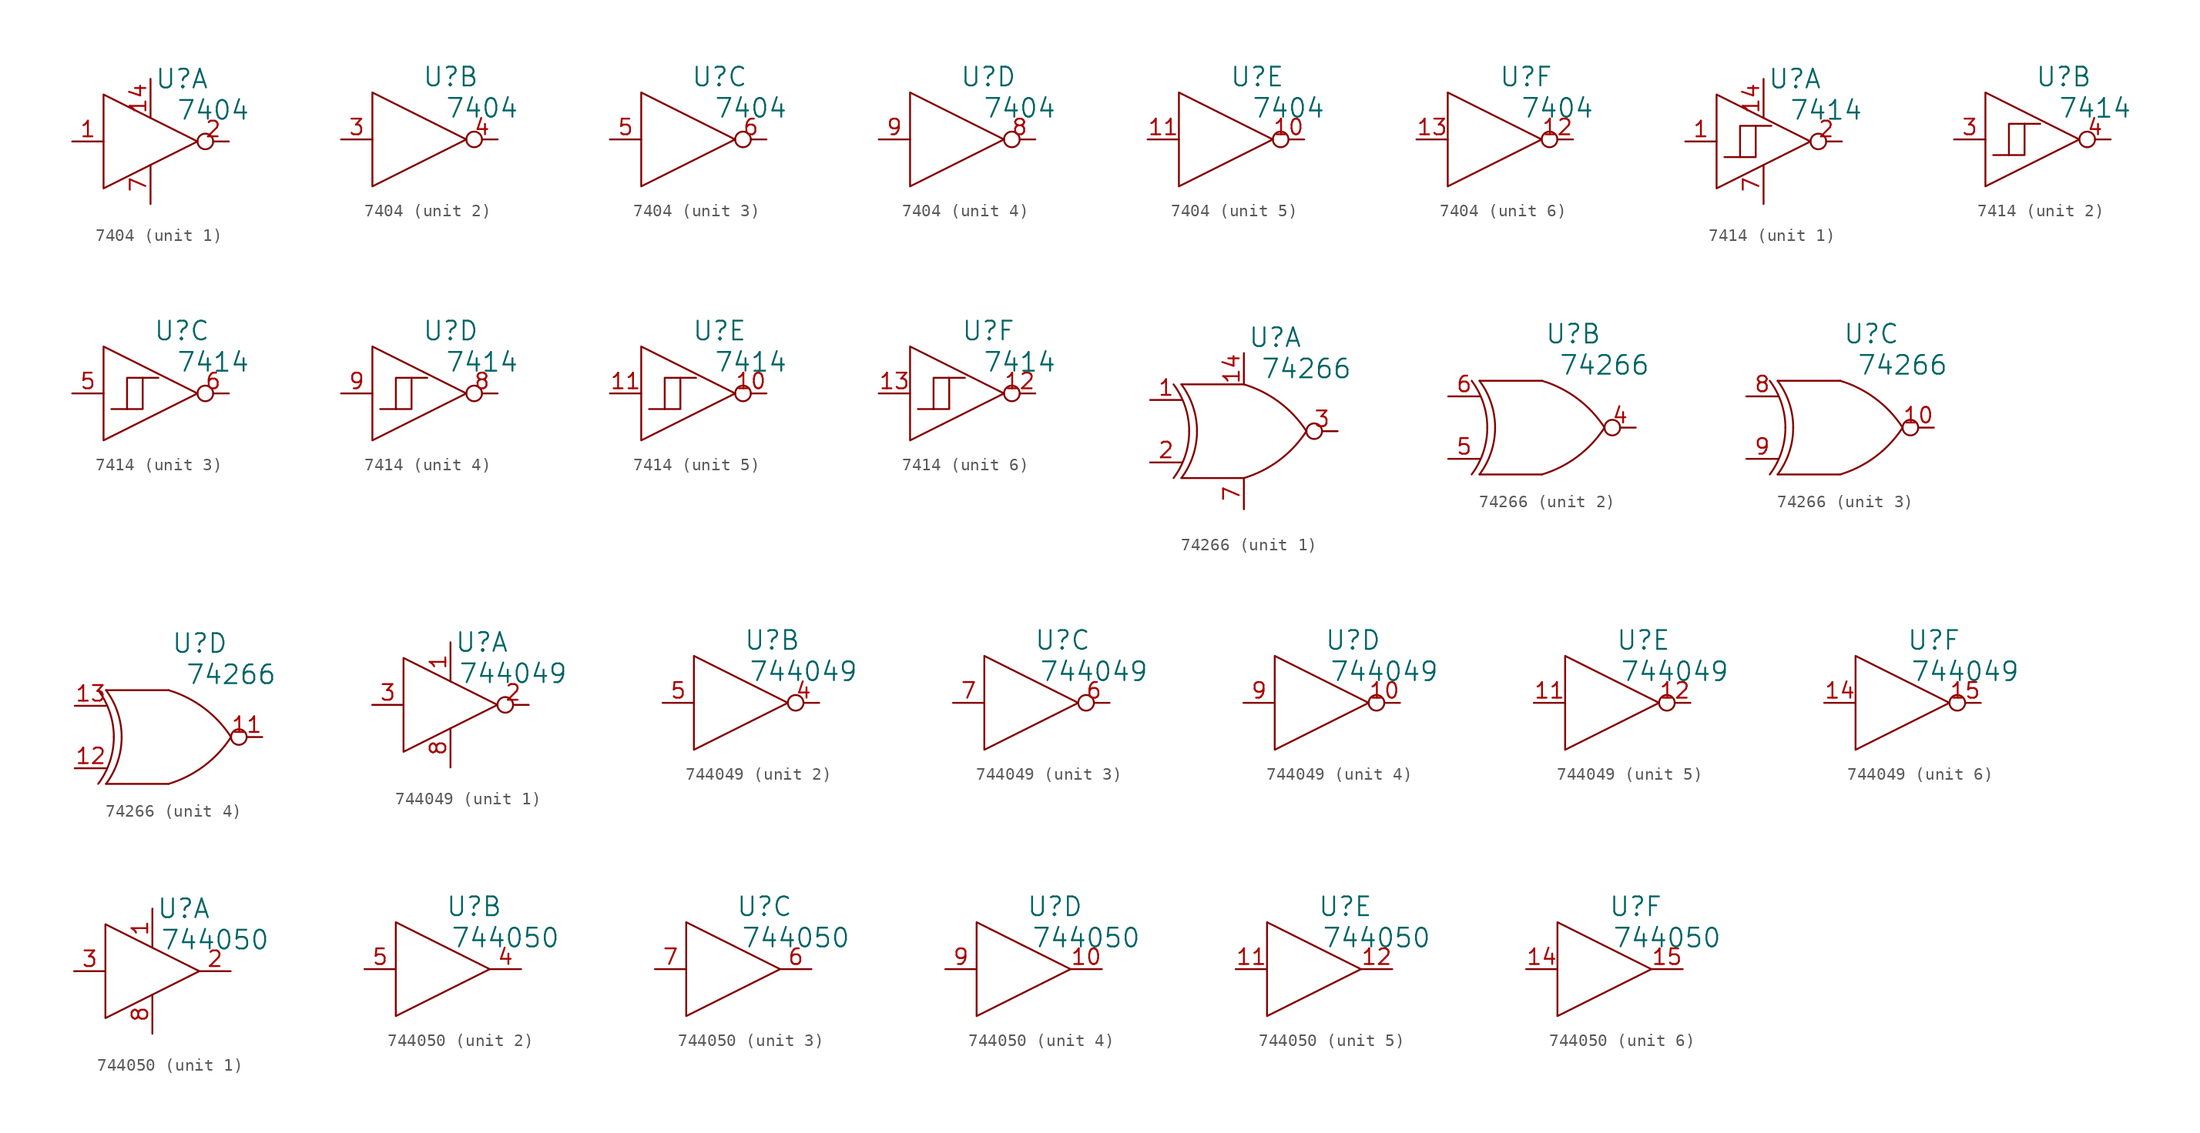
<source format=kicad_sym>
(kicad_symbol_lib
  (version 20220914)
  (generator kicad_symbol_editor)
  (symbol "7404"
    (pin_names
      (offset 1.016) hide)
    (property "Reference" "U"
      (at 2.54 5.08 0)
      (effects (font (size 1.524 1.524))))
    (property "Value" "7404"
      (at 5.08 2.54 0)
      (effects (font (size 1.524 1.524))))
    (property "Footprint" ""
      (at 0 0 0)
      (effects (font (size 1.524 1.524))))
    (property "Datasheet" ""
      (at 0 0 0)
      (effects (font (size 1.524 1.524))))
    (symbol "7404_0_1"
      (polyline (pts (xy -3.81 3.81) (xy -3.81 -3.81) (xy 3.81 0) (xy -3.81 3.81) (xy -3.81 3.81)) (stroke (width 0) (type solid)) (fill (type none))))
    (symbol "7404_1_1"
      (pin passive line (at -6.35 0 0) (length 2.54) (name "1A" (effects (font (size 1.27 1.27)))) (number "1" (effects (font (size 1.27 1.27)))))
      (pin passive line (at 0 5.08 270) (length 3.175) (name "VDD" (effects (font (size 1.27 1.27)))) (number "14" (effects (font (size 1.27 1.27)))))
      (pin passive inverted (at 6.35 0 180) (length 2.54) (name "1Y" (effects (font (size 1.27 1.27)))) (number "2" (effects (font (size 1.27 1.27)))))
      (pin passive line (at 0 -5.08 90) (length 3.175) (name "VSS" (effects (font (size 1.27 1.27)))) (number "7" (effects (font (size 1.27 1.27))))))
    (symbol "7404_2_1"
      (pin passive line (at -6.35 0 0) (length 2.54) (name "2A" (effects (font (size 1.27 1.27)))) (number "3" (effects (font (size 1.27 1.27)))))
      (pin passive inverted (at 6.35 0 180) (length 2.54) (name "1Y" (effects (font (size 1.27 1.27)))) (number "4" (effects (font (size 1.27 1.27))))))
    (symbol "7404_3_1"
      (pin passive line (at -6.35 0 0) (length 2.54) (name "3A" (effects (font (size 1.27 1.27)))) (number "5" (effects (font (size 1.27 1.27)))))
      (pin passive inverted (at 6.35 0 180) (length 2.54) (name "1Y" (effects (font (size 1.27 1.27)))) (number "6" (effects (font (size 1.27 1.27))))))
    (symbol "7404_4_1"
      (pin passive inverted (at 6.35 0 180) (length 2.54) (name "1Y" (effects (font (size 1.27 1.27)))) (number "8" (effects (font (size 1.27 1.27)))))
      (pin passive line (at -6.35 0 0) (length 2.54) (name "4A" (effects (font (size 1.27 1.27)))) (number "9" (effects (font (size 1.27 1.27))))))
    (symbol "7404_5_1"
      (pin passive inverted (at 6.35 0 180) (length 2.54) (name "1Y" (effects (font (size 1.27 1.27)))) (number "10" (effects (font (size 1.27 1.27)))))
      (pin passive line (at -6.35 0 0) (length 2.54) (name "5A" (effects (font (size 1.27 1.27)))) (number "11" (effects (font (size 1.27 1.27))))))
    (symbol "7404_6_1"
      (pin passive inverted (at 6.35 0 180) (length 2.54) (name "1Y" (effects (font (size 1.27 1.27)))) (number "12" (effects (font (size 1.27 1.27)))))
      (pin passive line (at -6.35 0 0) (length 2.54) (name "6A" (effects (font (size 1.27 1.27)))) (number "13" (effects (font (size 1.27 1.27)))))))
  (symbol "7414"
    (pin_names
      (offset 1.016) hide)
    (property "Reference" "U"
      (at 2.54 5.08 0)
      (effects (font (size 1.524 1.524))))
    (property "Value" "7414"
      (at 5.08 2.54 0)
      (effects (font (size 1.524 1.524))))
    (property "Footprint" ""
      (at 0 0 0)
      (effects (font (size 1.524 1.524))))
    (property "Datasheet" ""
      (at 0 0 0)
      (effects (font (size 1.524 1.524))))
    (symbol "7414_0_1"
      (polyline (pts (xy -0.635 1.27) (xy -1.905 1.27) (xy -1.905 -1.27) (xy -1.905 -1.27)) (stroke (width 0) (type solid)) (fill (type none)))
      (polyline (pts (xy -3.81 3.81) (xy -3.81 -3.81) (xy 3.81 0) (xy -3.81 3.81) (xy -3.81 3.81)) (stroke (width 0) (type solid)) (fill (type none)))
      (polyline (pts (xy -3.175 -1.27) (xy -0.635 -1.27) (xy -0.635 1.27) (xy 0.635 1.27) (xy 0.635 1.27)) (stroke (width 0) (type solid)) (fill (type none))))
    (symbol "7414_1_1"
      (pin passive line (at -6.35 0 0) (length 2.54) (name "1A" (effects (font (size 1.27 1.27)))) (number "1" (effects (font (size 1.27 1.27)))))
      (pin passive line (at 0 5.08 270) (length 3.175) (name "VDD" (effects (font (size 1.27 1.27)))) (number "14" (effects (font (size 1.27 1.27)))))
      (pin passive inverted (at 6.35 0 180) (length 2.54) (name "1Y" (effects (font (size 1.27 1.27)))) (number "2" (effects (font (size 1.27 1.27)))))
      (pin passive line (at 0 -5.08 90) (length 3.175) (name "VSS" (effects (font (size 1.27 1.27)))) (number "7" (effects (font (size 1.27 1.27))))))
    (symbol "7414_2_1"
      (pin passive line (at -6.35 0 0) (length 2.54) (name "2A" (effects (font (size 1.27 1.27)))) (number "3" (effects (font (size 1.27 1.27)))))
      (pin passive inverted (at 6.35 0 180) (length 2.54) (name "1Y" (effects (font (size 1.27 1.27)))) (number "4" (effects (font (size 1.27 1.27))))))
    (symbol "7414_3_1"
      (pin passive line (at -6.35 0 0) (length 2.54) (name "3A" (effects (font (size 1.27 1.27)))) (number "5" (effects (font (size 1.27 1.27)))))
      (pin passive inverted (at 6.35 0 180) (length 2.54) (name "1Y" (effects (font (size 1.27 1.27)))) (number "6" (effects (font (size 1.27 1.27))))))
    (symbol "7414_4_1"
      (pin passive inverted (at 6.35 0 180) (length 2.54) (name "1Y" (effects (font (size 1.27 1.27)))) (number "8" (effects (font (size 1.27 1.27)))))
      (pin passive line (at -6.35 0 0) (length 2.54) (name "4A" (effects (font (size 1.27 1.27)))) (number "9" (effects (font (size 1.27 1.27))))))
    (symbol "7414_5_1"
      (pin passive inverted (at 6.35 0 180) (length 2.54) (name "1Y" (effects (font (size 1.27 1.27)))) (number "10" (effects (font (size 1.27 1.27)))))
      (pin passive line (at -6.35 0 0) (length 2.54) (name "5A" (effects (font (size 1.27 1.27)))) (number "11" (effects (font (size 1.27 1.27))))))
    (symbol "7414_6_1"
      (pin passive inverted (at 6.35 0 180) (length 2.54) (name "1Y" (effects (font (size 1.27 1.27)))) (number "12" (effects (font (size 1.27 1.27)))))
      (pin passive line (at -6.35 0 0) (length 2.54) (name "6A" (effects (font (size 1.27 1.27)))) (number "13" (effects (font (size 1.27 1.27)))))))
  (symbol "74266"
    (pin_names
      (offset 1.016) hide)
    (property "Reference" "U"
      (at 2.54 7.62 0)
      (effects (font (size 1.524 1.524))))
    (property "Value" "74266"
      (at 5.08 5.08 0)
      (effects (font (size 1.524 1.524))))
    (property "Footprint" ""
      (at 0 0 0)
      (effects (font (size 1.524 1.524))))
    (property "ki_locked" ""
      (at 0 0 0)
      (effects (font (size 1.27 1.27))))
    (symbol "74266_0_1"
      (arc (start -5.715 -3.81) (mid -4.7709 -2.008) (end -4.445 0) (stroke (width 0) (type solid)) (fill (type none)))
      (arc (start -5.08 -3.81) (mid -4.1359 -2.008) (end -3.81 0) (stroke (width 0) (type solid)) (fill (type none)))
      (arc (start -4.445 0) (mid -4.7709 2.008) (end -5.715 3.81) (stroke (width 0) (type solid)) (fill (type none)))
      (arc (start -3.81 0) (mid -4.1359 2.008) (end -5.08 3.81) (stroke (width 0) (type solid)) (fill (type none)))
      (arc (start 0 -3.81) (mid 2.8791 -2.3571) (end 5.08 0) (stroke (width 0) (type solid)) (fill (type none)))
      (polyline (pts (xy -5.08 -3.81) (xy 0 -3.81) (xy 0 -3.81)) (stroke (width 0) (type solid)) (fill (type none)))
      (polyline (pts (xy 0 3.81) (xy -5.08 3.81) (xy -5.08 3.81)) (stroke (width 0) (type solid)) (fill (type none)))
      (arc (start 5.08 0) (mid 2.8791 2.3571) (end 0 3.81) (stroke (width 0) (type solid)) (fill (type none))))
    (symbol "74266_1_1"
      (pin passive line (at -7.62 2.54 0) (length 2.591) (name "1A" (effects (font (size 1.27 1.27)))) (number "1" (effects (font (size 1.27 1.27)))))
      (pin passive line (at 0 6.35 270) (length 2.54) (name "VDD" (effects (font (size 1.27 1.27)))) (number "14" (effects (font (size 1.27 1.27)))))
      (pin passive line (at -7.62 -2.54 0) (length 2.591) (name "1B" (effects (font (size 1.27 1.27)))) (number "2" (effects (font (size 1.27 1.27)))))
      (pin passive inverted (at 7.62 0 180) (length 2.54) (name "1Y" (effects (font (size 1.27 1.27)))) (number "3" (effects (font (size 1.27 1.27)))))
      (pin passive line (at 0 -6.35 90) (length 2.54) (name "VSS" (effects (font (size 1.27 1.27)))) (number "7" (effects (font (size 1.27 1.27))))))
    (symbol "74266_2_1"
      (pin passive inverted (at 7.62 0 180) (length 2.54) (name "2Y" (effects (font (size 1.27 1.27)))) (number "4" (effects (font (size 1.27 1.27)))))
      (pin passive line (at -7.62 -2.54 0) (length 2.591) (name "2B" (effects (font (size 1.27 1.27)))) (number "5" (effects (font (size 1.27 1.27)))))
      (pin passive line (at -7.62 2.54 0) (length 2.591) (name "2A" (effects (font (size 1.27 1.27)))) (number "6" (effects (font (size 1.27 1.27))))))
    (symbol "74266_3_1"
      (pin passive inverted (at 7.62 0 180) (length 2.54) (name "3Y" (effects (font (size 1.27 1.27)))) (number "10" (effects (font (size 1.27 1.27)))))
      (pin passive line (at -7.62 2.54 0) (length 2.591) (name "3A" (effects (font (size 1.27 1.27)))) (number "8" (effects (font (size 1.27 1.27)))))
      (pin passive line (at -7.62 -2.54 0) (length 2.591) (name "3B" (effects (font (size 1.27 1.27)))) (number "9" (effects (font (size 1.27 1.27))))))
    (symbol "74266_4_1"
      (pin passive inverted (at 7.62 0 180) (length 2.54) (name "4Y" (effects (font (size 1.27 1.27)))) (number "11" (effects (font (size 1.27 1.27)))))
      (pin passive line (at -7.62 -2.54 0) (length 2.591) (name "4B" (effects (font (size 1.27 1.27)))) (number "12" (effects (font (size 1.27 1.27)))))
      (pin passive line (at -7.62 2.54 0) (length 2.591) (name "4A" (effects (font (size 1.27 1.27)))) (number "13" (effects (font (size 1.27 1.27)))))))
  (symbol "744049"
    (pin_names
      (offset 1.016) hide)
    (property "Reference" "U"
      (at 2.54 5.08 0)
      (effects (font (size 1.524 1.524))))
    (property "Value" "744049"
      (at 5.08 2.54 0)
      (effects (font (size 1.524 1.524))))
    (property "Footprint" ""
      (at 0 0 0)
      (effects (font (size 1.524 1.524))))
    (property "Datasheet" ""
      (at 0 0 0)
      (effects (font (size 1.524 1.524))))
    (symbol "744049_0_1"
      (polyline (pts (xy -3.81 3.81) (xy -3.81 -3.81) (xy 3.81 0) (xy -3.81 3.81) (xy -3.81 3.81)) (stroke (width 0) (type solid)) (fill (type none))))
    (symbol "744049_1_1"
      (pin passive line (at 0 5.08 270) (length 3.175) (name "VDD" (effects (font (size 1.27 1.27)))) (number "1" (effects (font (size 1.27 1.27)))))
      (pin passive inverted (at 6.35 0 180) (length 2.54) (name "1Y" (effects (font (size 1.27 1.27)))) (number "2" (effects (font (size 1.27 1.27)))))
      (pin passive line (at -6.35 0 0) (length 2.54) (name "1A" (effects (font (size 1.27 1.27)))) (number "3" (effects (font (size 1.27 1.27)))))
      (pin passive line (at 0 -5.08 90) (length 3.175) (name "VSS" (effects (font (size 1.27 1.27)))) (number "8" (effects (font (size 1.27 1.27))))))
    (symbol "744049_2_1"
      (pin passive inverted (at 6.35 0 180) (length 2.54) (name "1Y" (effects (font (size 1.27 1.27)))) (number "4" (effects (font (size 1.27 1.27)))))
      (pin passive line (at -6.35 0 0) (length 2.54) (name "1A" (effects (font (size 1.27 1.27)))) (number "5" (effects (font (size 1.27 1.27))))))
    (symbol "744049_3_1"
      (pin passive inverted (at 6.35 0 180) (length 2.54) (name "1Y" (effects (font (size 1.27 1.27)))) (number "6" (effects (font (size 1.27 1.27)))))
      (pin passive line (at -6.35 0 0) (length 2.54) (name "1A" (effects (font (size 1.27 1.27)))) (number "7" (effects (font (size 1.27 1.27))))))
    (symbol "744049_4_1"
      (pin passive inverted (at 6.35 0 180) (length 2.54) (name "1Y" (effects (font (size 1.27 1.27)))) (number "10" (effects (font (size 1.27 1.27)))))
      (pin passive line (at -6.35 0 0) (length 2.54) (name "1A" (effects (font (size 1.27 1.27)))) (number "9" (effects (font (size 1.27 1.27))))))
    (symbol "744049_5_1"
      (pin passive line (at -6.35 0 0) (length 2.54) (name "1A" (effects (font (size 1.27 1.27)))) (number "11" (effects (font (size 1.27 1.27)))))
      (pin passive inverted (at 6.35 0 180) (length 2.54) (name "1Y" (effects (font (size 1.27 1.27)))) (number "12" (effects (font (size 1.27 1.27))))))
    (symbol "744049_6_1"
      (pin passive line (at -6.35 0 0) (length 2.54) (name "1A" (effects (font (size 1.27 1.27)))) (number "14" (effects (font (size 1.27 1.27)))))
      (pin passive inverted (at 6.35 0 180) (length 2.54) (name "1Y" (effects (font (size 1.27 1.27)))) (number "15" (effects (font (size 1.27 1.27)))))))
  (symbol "744050"
    (pin_names
      (offset 1.016) hide)
    (property "Reference" "U"
      (at 2.54 5.08 0)
      (effects (font (size 1.524 1.524))))
    (property "Value" "744050"
      (at 5.08 2.54 0)
      (effects (font (size 1.524 1.524))))
    (property "Footprint" ""
      (at 0 0 0)
      (effects (font (size 1.524 1.524))))
    (property "Datasheet" ""
      (at 0 0 0)
      (effects (font (size 1.524 1.524))))
    (symbol "744050_0_1"
      (polyline (pts (xy -3.81 3.81) (xy -3.81 -3.81) (xy 3.81 0) (xy -3.81 3.81) (xy -3.81 3.81)) (stroke (width 0) (type solid)) (fill (type none))))
    (symbol "744050_1_1"
      (pin passive line (at 0 5.08 270) (length 3.175) (name "VDD" (effects (font (size 1.27 1.27)))) (number "1" (effects (font (size 1.27 1.27)))))
      (pin passive line (at 6.35 0 180) (length 2.54) (name "1Y" (effects (font (size 1.27 1.27)))) (number "2" (effects (font (size 1.27 1.27)))))
      (pin passive line (at -6.35 0 0) (length 2.54) (name "1A" (effects (font (size 1.27 1.27)))) (number "3" (effects (font (size 1.27 1.27)))))
      (pin passive line (at 0 -5.08 90) (length 3.175) (name "VSS" (effects (font (size 1.27 1.27)))) (number "8" (effects (font (size 1.27 1.27))))))
    (symbol "744050_2_1"
      (pin passive line (at 6.35 0 180) (length 2.54) (name "1Y" (effects (font (size 1.27 1.27)))) (number "4" (effects (font (size 1.27 1.27)))))
      (pin passive line (at -6.35 0 0) (length 2.54) (name "1A" (effects (font (size 1.27 1.27)))) (number "5" (effects (font (size 1.27 1.27))))))
    (symbol "744050_3_1"
      (pin passive line (at 6.35 0 180) (length 2.54) (name "1Y" (effects (font (size 1.27 1.27)))) (number "6" (effects (font (size 1.27 1.27)))))
      (pin passive line (at -6.35 0 0) (length 2.54) (name "1A" (effects (font (size 1.27 1.27)))) (number "7" (effects (font (size 1.27 1.27))))))
    (symbol "744050_4_1"
      (pin passive line (at 6.35 0 180) (length 2.54) (name "1Y" (effects (font (size 1.27 1.27)))) (number "10" (effects (font (size 1.27 1.27)))))
      (pin passive line (at -6.35 0 0) (length 2.54) (name "1A" (effects (font (size 1.27 1.27)))) (number "9" (effects (font (size 1.27 1.27))))))
    (symbol "744050_5_1"
      (pin passive line (at -6.35 0 0) (length 2.54) (name "1A" (effects (font (size 1.27 1.27)))) (number "11" (effects (font (size 1.27 1.27)))))
      (pin passive line (at 6.35 0 180) (length 2.54) (name "1Y" (effects (font (size 1.27 1.27)))) (number "12" (effects (font (size 1.27 1.27))))))
    (symbol "744050_6_1"
      (pin passive line (at -6.35 0 0) (length 2.54) (name "1A" (effects (font (size 1.27 1.27)))) (number "14" (effects (font (size 1.27 1.27)))))
      (pin passive line (at 6.35 0 180) (length 2.54) (name "1Y" (effects (font (size 1.27 1.27)))) (number "15" (effects (font (size 1.27 1.27))))))))
</source>
